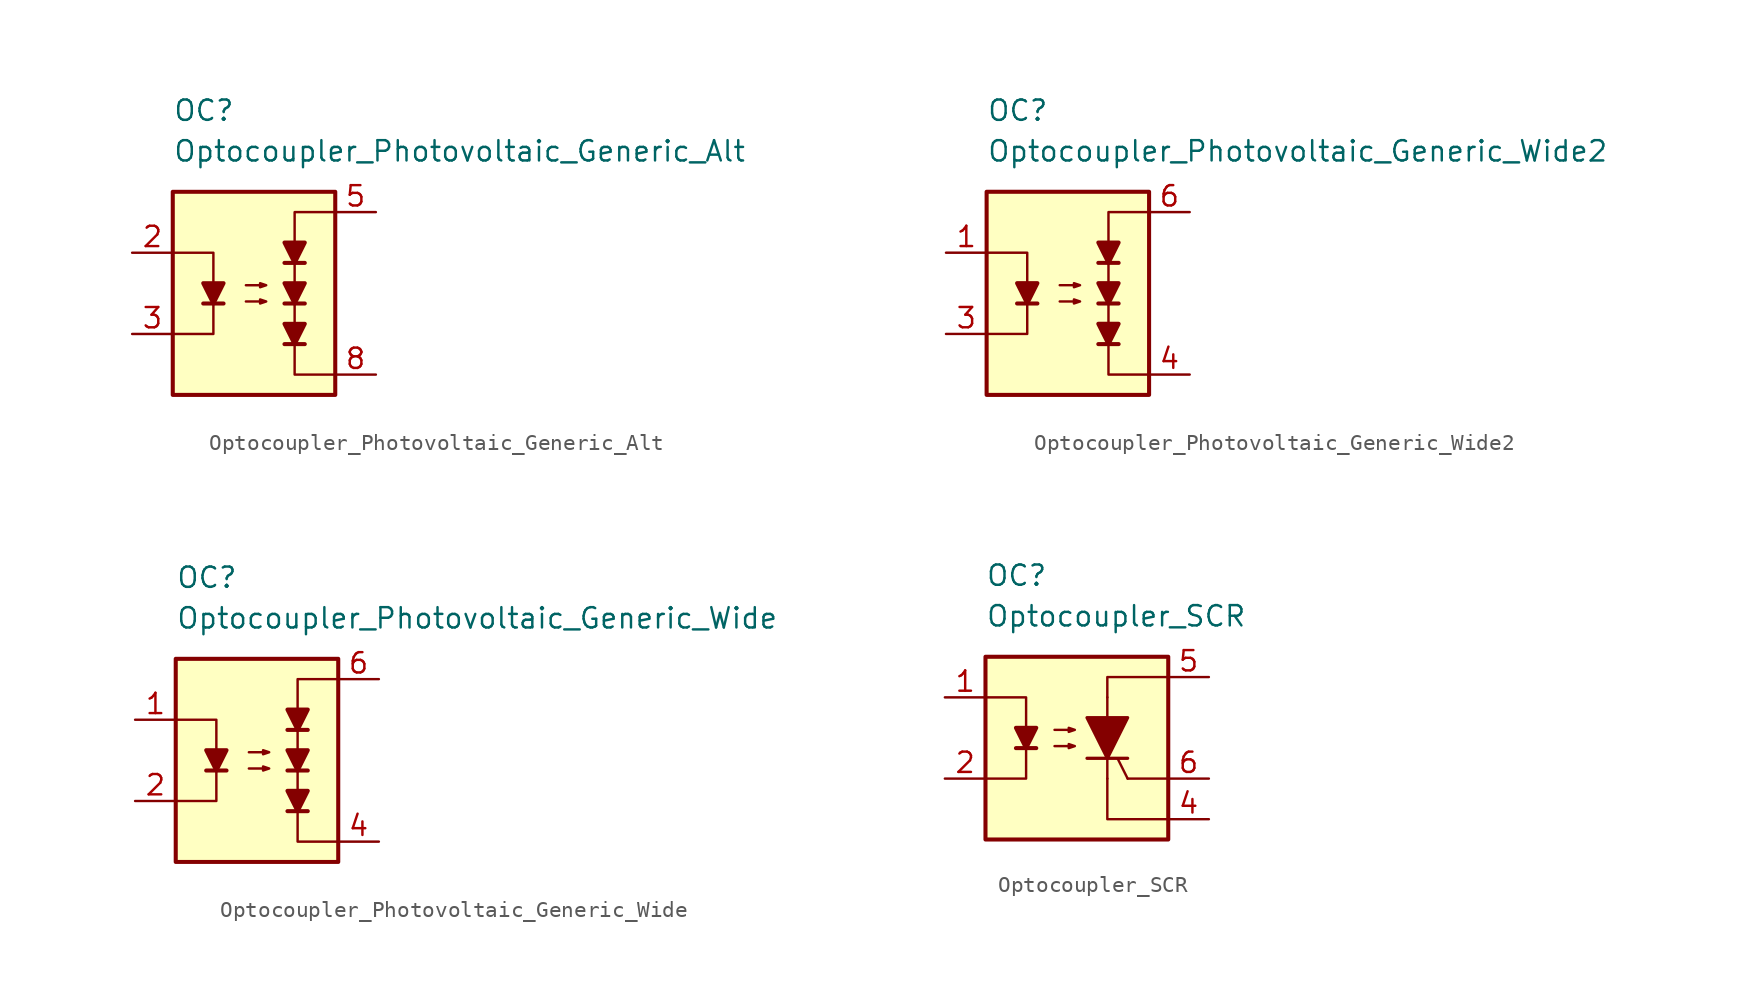
<source format=kicad_sym>
(kicad_symbol_lib
  (version 20211014)
  (generator kicad_symbol_editor)
  (symbol "Optocoupler_Photovoltaic_Generic_Alt"
    (pin_names
      (offset 1.016))
    (property "Reference" "OC"
      (at -5.08 11.43 0)
      (effects (font (size 1.27 1.27)) (justify left)))
    (property "Value" "Optocoupler_Photovoltaic_Generic_Alt"
      (at -5.08 8.89 0)
      (effects (font (size 1.27 1.27)) (justify left)))
    (symbol "Optocoupler_Photovoltaic_Generic_Alt_0_0"
      (rectangle (start -5.08 6.35) (end 5.08 -6.35) (stroke (width 0.254) (type default) (color 0 0 0 0)) (fill (type background)))
      (polyline (pts (xy 5.08 -5.08) (xy 2.54 -5.08) (xy 2.54 5.08) (xy 5.08 5.08)) (stroke (width 0) (type default) (color 0 0 0 0)) (fill (type none))))
    (symbol "Optocoupler_Photovoltaic_Generic_Alt_0_1"
      (polyline (pts (xy -3.175 -0.635) (xy -1.905 -0.635)) (stroke (width 0.254) (type default) (color 0 0 0 0)) (fill (type none)))
      (polyline (pts (xy -5.08 2.54) (xy -2.54 2.54) (xy -2.54 -0.635)) (stroke (width 0) (type default) (color 0 0 0 0)) (fill (type none)))
      (polyline (pts (xy -2.54 -0.635) (xy -2.54 -2.54) (xy -5.08 -2.54)) (stroke (width 0) (type default) (color 0 0 0 0)) (fill (type none)))
      (polyline (pts (xy -2.54 -0.635) (xy -3.175 0.635) (xy -1.905 0.635) (xy -2.54 -0.635)) (stroke (width 0.254) (type default) (color 0 0 0 0)) (fill (type outline)))
      (polyline (pts (xy -0.508 -0.508) (xy 0.762 -0.508) (xy 0.381 -0.635) (xy 0.381 -0.381) (xy 0.762 -0.508)) (stroke (width 0) (type default) (color 0 0 0 0)) (fill (type none)))
      (polyline (pts (xy -0.508 0.508) (xy 0.762 0.508) (xy 0.381 0.381) (xy 0.381 0.635) (xy 0.762 0.508)) (stroke (width 0) (type default) (color 0 0 0 0)) (fill (type none))))
    (symbol "Optocoupler_Photovoltaic_Generic_Alt_1_1"
      (polyline (pts (xy 1.905 -3.175) (xy 3.175 -3.175)) (stroke (width 0.254) (type default) (color 0 0 0 0)) (fill (type none)))
      (polyline (pts (xy 1.905 -0.635) (xy 3.175 -0.635)) (stroke (width 0.254) (type default) (color 0 0 0 0)) (fill (type none)))
      (polyline (pts (xy 1.905 1.905) (xy 3.175 1.905)) (stroke (width 0.254) (type default) (color 0 0 0 0)) (fill (type none)))
      (polyline (pts (xy 2.54 -3.175) (xy 1.905 -1.905) (xy 3.175 -1.905) (xy 2.54 -3.175)) (stroke (width 0.254) (type default) (color 0 0 0 0)) (fill (type outline)))
      (polyline (pts (xy 2.54 -0.635) (xy 1.905 0.635) (xy 3.175 0.635) (xy 2.54 -0.635)) (stroke (width 0.254) (type default) (color 0 0 0 0)) (fill (type outline)))
      (polyline (pts (xy 2.54 1.905) (xy 1.905 3.175) (xy 3.175 3.175) (xy 2.54 1.905)) (stroke (width 0.254) (type default) (color 0 0 0 0)) (fill (type outline)))
      (pin passive line (at -7.62 2.54 0) (length 2.54) (name "~" (effects (font (size 1.27 1.27)))) (number "2" (effects (font (size 1.27 1.27)))))
      (pin passive line (at -7.62 -2.54 0) (length 2.54) (name "~" (effects (font (size 1.27 1.27)))) (number "3" (effects (font (size 1.27 1.27)))))
      (pin passive line (at 7.62 5.08 180) (length 2.54) (name "~" (effects (font (size 1.27 1.27)))) (number "5" (effects (font (size 1.27 1.27)))))
      (pin passive line (at 7.62 -5.08 180) (length 2.54) (name "~" (effects (font (size 1.27 1.27)))) (number "8" (effects (font (size 1.27 1.27)))))))
  (symbol "Optocoupler_Photovoltaic_Generic_Wide2"
    (pin_names
      (offset 1.016))
    (property "Reference" "OC"
      (at -5.08 11.43 0)
      (effects (font (size 1.27 1.27)) (justify left)))
    (property "Value" "Optocoupler_Photovoltaic_Generic_Wide2"
      (at -5.08 8.89 0)
      (effects (font (size 1.27 1.27)) (justify left)))
    (symbol "Optocoupler_Photovoltaic_Generic_Wide2_0_0"
      (rectangle (start -5.08 6.35) (end 5.08 -6.35) (stroke (width 0.254) (type default) (color 0 0 0 0)) (fill (type background)))
      (polyline (pts (xy 5.08 -5.08) (xy 2.54 -5.08) (xy 2.54 5.08) (xy 5.08 5.08)) (stroke (width 0) (type default) (color 0 0 0 0)) (fill (type none))))
    (symbol "Optocoupler_Photovoltaic_Generic_Wide2_0_1"
      (polyline (pts (xy -3.175 -0.635) (xy -1.905 -0.635)) (stroke (width 0.254) (type default) (color 0 0 0 0)) (fill (type none)))
      (polyline (pts (xy -5.08 2.54) (xy -2.54 2.54) (xy -2.54 -0.635)) (stroke (width 0) (type default) (color 0 0 0 0)) (fill (type none)))
      (polyline (pts (xy -2.54 -0.635) (xy -2.54 -2.54) (xy -5.08 -2.54)) (stroke (width 0) (type default) (color 0 0 0 0)) (fill (type none)))
      (polyline (pts (xy -2.54 -0.635) (xy -3.175 0.635) (xy -1.905 0.635) (xy -2.54 -0.635)) (stroke (width 0.254) (type default) (color 0 0 0 0)) (fill (type outline)))
      (polyline (pts (xy -0.508 -0.508) (xy 0.762 -0.508) (xy 0.381 -0.635) (xy 0.381 -0.381) (xy 0.762 -0.508)) (stroke (width 0) (type default) (color 0 0 0 0)) (fill (type none)))
      (polyline (pts (xy -0.508 0.508) (xy 0.762 0.508) (xy 0.381 0.381) (xy 0.381 0.635) (xy 0.762 0.508)) (stroke (width 0) (type default) (color 0 0 0 0)) (fill (type none))))
    (symbol "Optocoupler_Photovoltaic_Generic_Wide2_1_1"
      (polyline (pts (xy 1.905 -3.175) (xy 3.175 -3.175)) (stroke (width 0.254) (type default) (color 0 0 0 0)) (fill (type none)))
      (polyline (pts (xy 1.905 -0.635) (xy 3.175 -0.635)) (stroke (width 0.254) (type default) (color 0 0 0 0)) (fill (type none)))
      (polyline (pts (xy 1.905 1.905) (xy 3.175 1.905)) (stroke (width 0.254) (type default) (color 0 0 0 0)) (fill (type none)))
      (polyline (pts (xy 2.54 -3.175) (xy 1.905 -1.905) (xy 3.175 -1.905) (xy 2.54 -3.175)) (stroke (width 0.254) (type default) (color 0 0 0 0)) (fill (type outline)))
      (polyline (pts (xy 2.54 -0.635) (xy 1.905 0.635) (xy 3.175 0.635) (xy 2.54 -0.635)) (stroke (width 0.254) (type default) (color 0 0 0 0)) (fill (type outline)))
      (polyline (pts (xy 2.54 1.905) (xy 1.905 3.175) (xy 3.175 3.175) (xy 2.54 1.905)) (stroke (width 0.254) (type default) (color 0 0 0 0)) (fill (type outline)))
      (pin passive line (at -7.62 2.54 0) (length 2.54) (name "~" (effects (font (size 1.27 1.27)))) (number "1" (effects (font (size 1.27 1.27)))))
      (pin passive line (at -7.62 -2.54 0) (length 2.54) (name "~" (effects (font (size 1.27 1.27)))) (number "3" (effects (font (size 1.27 1.27)))))
      (pin passive line (at 7.62 -5.08 180) (length 2.54) (name "~" (effects (font (size 1.27 1.27)))) (number "4" (effects (font (size 1.27 1.27)))))
      (pin passive line (at 7.62 5.08 180) (length 2.54) (name "~" (effects (font (size 1.27 1.27)))) (number "6" (effects (font (size 1.27 1.27)))))))
  (symbol "Optocoupler_Photovoltaic_Generic_Wide"
    (pin_names
      (offset 1.016))
    (property "Reference" "OC"
      (at -5.08 11.43 0)
      (effects (font (size 1.27 1.27)) (justify left)))
    (property "Value" "Optocoupler_Photovoltaic_Generic_Wide"
      (at -5.08 8.89 0)
      (effects (font (size 1.27 1.27)) (justify left)))
    (symbol "Optocoupler_Photovoltaic_Generic_Wide_0_0"
      (rectangle (start -5.08 6.35) (end 5.08 -6.35) (stroke (width 0.254) (type default) (color 0 0 0 0)) (fill (type background)))
      (polyline (pts (xy 5.08 -5.08) (xy 2.54 -5.08) (xy 2.54 5.08) (xy 5.08 5.08)) (stroke (width 0) (type default) (color 0 0 0 0)) (fill (type none))))
    (symbol "Optocoupler_Photovoltaic_Generic_Wide_0_1"
      (polyline (pts (xy -3.175 -0.635) (xy -1.905 -0.635)) (stroke (width 0.254) (type default) (color 0 0 0 0)) (fill (type none)))
      (polyline (pts (xy -5.08 2.54) (xy -2.54 2.54) (xy -2.54 -0.635)) (stroke (width 0) (type default) (color 0 0 0 0)) (fill (type none)))
      (polyline (pts (xy -2.54 -0.635) (xy -2.54 -2.54) (xy -5.08 -2.54)) (stroke (width 0) (type default) (color 0 0 0 0)) (fill (type none)))
      (polyline (pts (xy -2.54 -0.635) (xy -3.175 0.635) (xy -1.905 0.635) (xy -2.54 -0.635)) (stroke (width 0.254) (type default) (color 0 0 0 0)) (fill (type outline)))
      (polyline (pts (xy -0.508 -0.508) (xy 0.762 -0.508) (xy 0.381 -0.635) (xy 0.381 -0.381) (xy 0.762 -0.508)) (stroke (width 0) (type default) (color 0 0 0 0)) (fill (type none)))
      (polyline (pts (xy -0.508 0.508) (xy 0.762 0.508) (xy 0.381 0.381) (xy 0.381 0.635) (xy 0.762 0.508)) (stroke (width 0) (type default) (color 0 0 0 0)) (fill (type none))))
    (symbol "Optocoupler_Photovoltaic_Generic_Wide_1_1"
      (polyline (pts (xy 1.905 -3.175) (xy 3.175 -3.175)) (stroke (width 0.254) (type default) (color 0 0 0 0)) (fill (type none)))
      (polyline (pts (xy 1.905 -0.635) (xy 3.175 -0.635)) (stroke (width 0.254) (type default) (color 0 0 0 0)) (fill (type none)))
      (polyline (pts (xy 1.905 1.905) (xy 3.175 1.905)) (stroke (width 0.254) (type default) (color 0 0 0 0)) (fill (type none)))
      (polyline (pts (xy 2.54 -3.175) (xy 1.905 -1.905) (xy 3.175 -1.905) (xy 2.54 -3.175)) (stroke (width 0.254) (type default) (color 0 0 0 0)) (fill (type outline)))
      (polyline (pts (xy 2.54 -0.635) (xy 1.905 0.635) (xy 3.175 0.635) (xy 2.54 -0.635)) (stroke (width 0.254) (type default) (color 0 0 0 0)) (fill (type outline)))
      (polyline (pts (xy 2.54 1.905) (xy 1.905 3.175) (xy 3.175 3.175) (xy 2.54 1.905)) (stroke (width 0.254) (type default) (color 0 0 0 0)) (fill (type outline)))
      (pin passive line (at -7.62 2.54 0) (length 2.54) (name "~" (effects (font (size 1.27 1.27)))) (number "1" (effects (font (size 1.27 1.27)))))
      (pin passive line (at -7.62 -2.54 0) (length 2.54) (name "~" (effects (font (size 1.27 1.27)))) (number "2" (effects (font (size 1.27 1.27)))))
      (pin no_connect line (at 0 1.27 0) (length 2.54) hide (name "NC" (effects (font (size 1.27 1.27)))) (number "3" (effects (font (size 1.27 1.27)))))
      (pin passive line (at 7.62 -5.08 180) (length 2.54) (name "~" (effects (font (size 1.27 1.27)))) (number "4" (effects (font (size 1.27 1.27)))))
      (pin no_connect line (at 0 -1.27 0) (length 2.54) hide (name "NC" (effects (font (size 1.27 1.27)))) (number "5" (effects (font (size 1.27 1.27)))))
      (pin passive line (at 7.62 5.08 180) (length 2.54) (name "~" (effects (font (size 1.27 1.27)))) (number "6" (effects (font (size 1.27 1.27)))))))
  (symbol "Optocoupler_SCR"
    (pin_names
      (offset 1.016))
    (property "Reference" "OC"
      (at -5.08 10.16 0)
      (effects (font (size 1.27 1.27)) (justify left)))
    (property "Value" "Optocoupler_SCR"
      (at -5.08 7.62 0)
      (effects (font (size 1.27 1.27)) (justify left)))
    (symbol "Optocoupler_SCR_0_1"
      (rectangle (start -5.08 5.08) (end 6.35 -6.35) (stroke (width 0.254) (type default) (color 0 0 0 0)) (fill (type background)))
      (polyline (pts (xy -3.175 -0.635) (xy -1.905 -0.635)) (stroke (width 0.254) (type default) (color 0 0 0 0)) (fill (type none)))
      (polyline (pts (xy 6.35 -2.54) (xy 3.81 -2.54)) (stroke (width 0) (type default) (color 0 0 0 0)) (fill (type none)))
      (polyline (pts (xy -5.08 2.54) (xy -2.54 2.54) (xy -2.54 -0.635)) (stroke (width 0) (type default) (color 0 0 0 0)) (fill (type none)))
      (polyline (pts (xy -2.54 -0.635) (xy -2.54 -2.54) (xy -5.08 -2.54)) (stroke (width 0) (type default) (color 0 0 0 0)) (fill (type none)))
      (polyline (pts (xy 6.35 -5.08) (xy 2.54 -5.08) (xy 2.54 -2.54)) (stroke (width 0) (type default) (color 0 0 0 0)) (fill (type none)))
      (polyline (pts (xy 6.35 3.81) (xy 2.54 3.81) (xy 2.54 2.54)) (stroke (width 0) (type default) (color 0 0 0 0)) (fill (type none)))
      (polyline (pts (xy -2.54 -0.635) (xy -3.175 0.635) (xy -1.905 0.635) (xy -2.54 -0.635)) (stroke (width 0.254) (type default) (color 0 0 0 0)) (fill (type outline)))
      (polyline (pts (xy -0.762 -0.508) (xy 0.508 -0.508) (xy 0.127 -0.635) (xy 0.127 -0.381) (xy 0.508 -0.508)) (stroke (width 0) (type default) (color 0 0 0 0)) (fill (type none)))
      (polyline (pts (xy -0.762 0.508) (xy 0.508 0.508) (xy 0.127 0.381) (xy 0.127 0.635) (xy 0.508 0.508)) (stroke (width 0) (type default) (color 0 0 0 0)) (fill (type none))))
    (symbol "Optocoupler_SCR_1_1"
      (polyline (pts (xy 2.54 -2.54) (xy 2.54 2.54)) (stroke (width 0) (type default) (color 0 0 0 0)) (fill (type none)))
      (polyline (pts (xy 3.81 -2.54) (xy 3.175 -1.27)) (stroke (width 0) (type default) (color 0 0 0 0)) (fill (type none)))
      (polyline (pts (xy 3.81 -1.27) (xy 1.27 -1.27)) (stroke (width 0.203) (type default) (color 0 0 0 0)) (fill (type none)))
      (polyline (pts (xy 3.81 1.27) (xy 1.27 1.27) (xy 2.54 -1.27) (xy 3.81 1.27)) (stroke (width 0.203) (type default) (color 0 0 0 0)) (fill (type outline)))
      (pin passive line (at -7.62 2.54 0) (length 2.54) (name "~" (effects (font (size 1.27 1.27)))) (number "1" (effects (font (size 1.27 1.27)))))
      (pin passive line (at -7.62 -2.54 0) (length 2.54) (name "~" (effects (font (size 1.27 1.27)))) (number "2" (effects (font (size 1.27 1.27)))))
      (pin no_connect line (at 0 0 0) (length 2.54) hide (name "NC" (effects (font (size 1.27 1.27)))) (number "3" (effects (font (size 1.27 1.27)))))
      (pin passive line (at 8.89 -5.08 180) (length 2.54) (name "~" (effects (font (size 1.27 1.27)))) (number "4" (effects (font (size 1.27 1.27)))))
      (pin passive line (at 8.89 3.81 180) (length 2.54) (name "~" (effects (font (size 1.27 1.27)))) (number "5" (effects (font (size 1.27 1.27)))))
      (pin passive line (at 8.89 -2.54 180) (length 2.54) (name "~" (effects (font (size 1.27 1.27)))) (number "6" (effects (font (size 1.27 1.27))))))))
</source>
